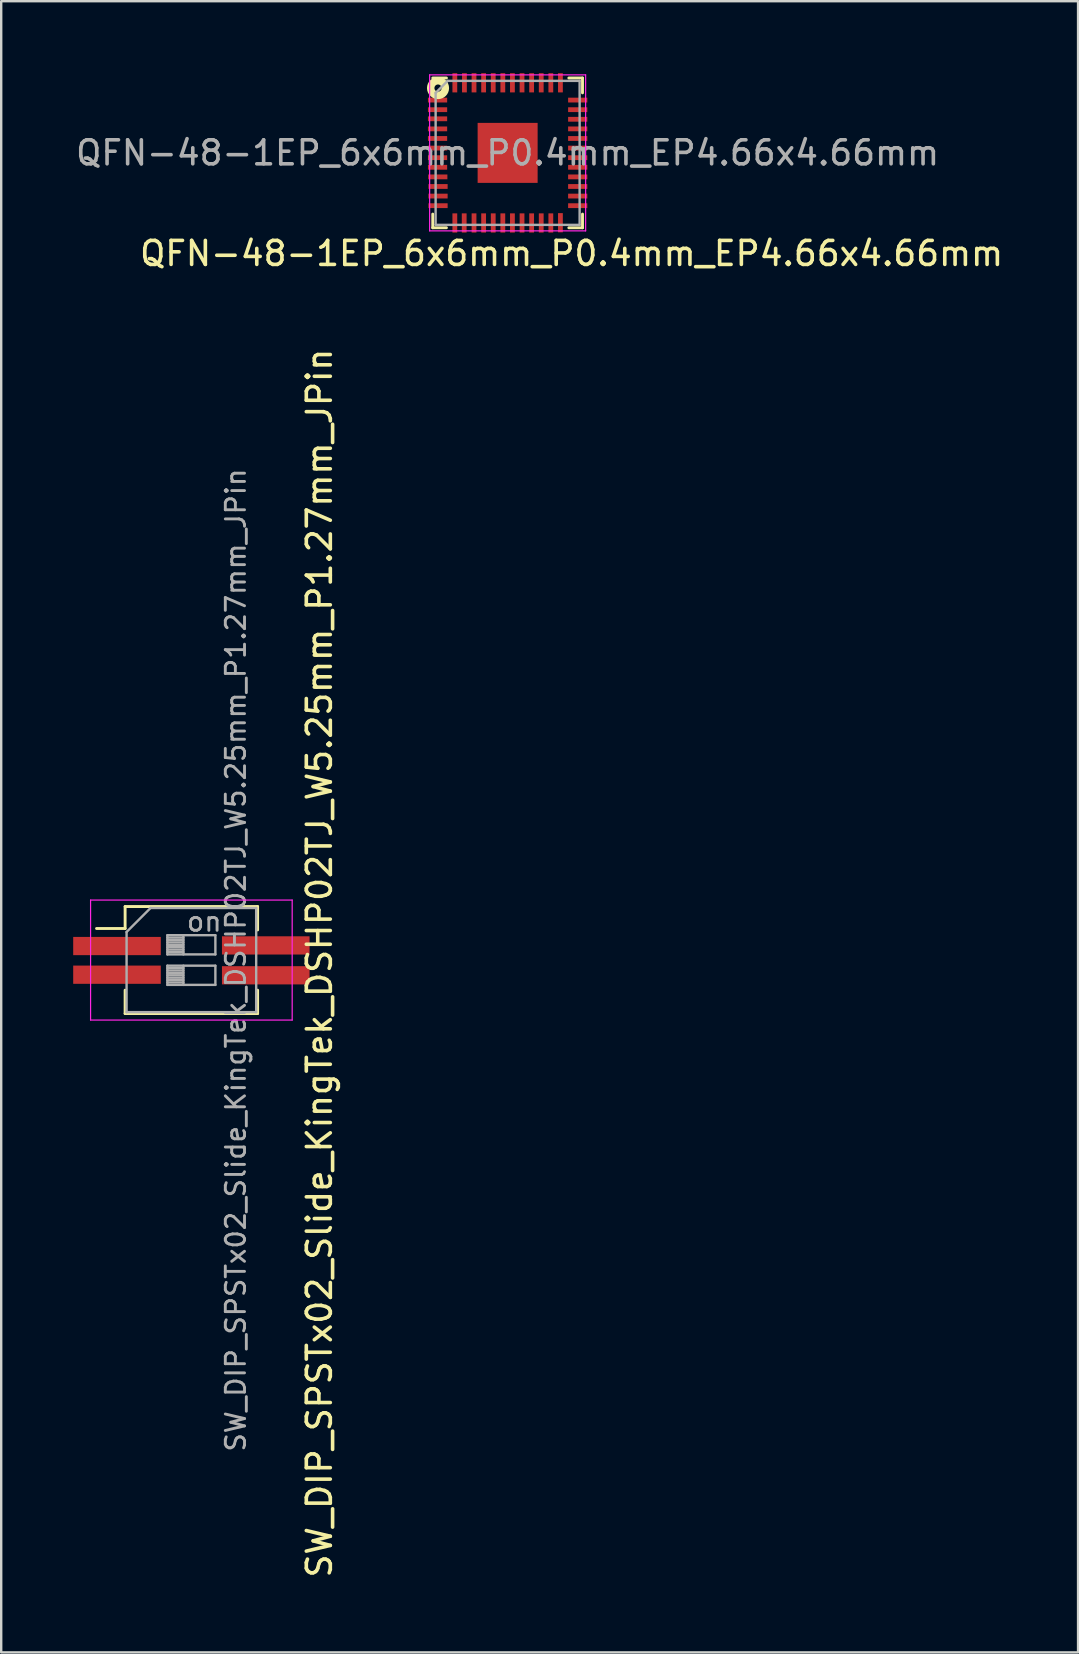
<source format=kicad_pcb>
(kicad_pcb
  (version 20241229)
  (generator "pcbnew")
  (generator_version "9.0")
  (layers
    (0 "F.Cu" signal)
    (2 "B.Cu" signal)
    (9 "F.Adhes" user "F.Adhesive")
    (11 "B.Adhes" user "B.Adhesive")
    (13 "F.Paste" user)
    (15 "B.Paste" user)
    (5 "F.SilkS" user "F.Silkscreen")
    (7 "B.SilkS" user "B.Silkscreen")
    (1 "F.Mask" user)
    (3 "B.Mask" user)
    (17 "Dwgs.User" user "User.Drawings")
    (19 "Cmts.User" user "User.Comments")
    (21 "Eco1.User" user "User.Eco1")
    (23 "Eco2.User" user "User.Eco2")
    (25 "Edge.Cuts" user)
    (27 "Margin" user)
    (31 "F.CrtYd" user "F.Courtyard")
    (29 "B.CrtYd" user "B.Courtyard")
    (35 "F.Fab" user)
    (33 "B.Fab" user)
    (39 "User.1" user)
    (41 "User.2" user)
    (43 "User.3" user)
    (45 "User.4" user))
  (footprint "QFN-48-1EP_6x6mm_P0.4mm_EP4.66x4.66mm"
    (layer "F.Cu")
    (at 18.101 3.32)
    (property "Reference" "QFN-48-1EP_6x6mm_P0.4mm_EP4.66x4.66mm" (at 2.667 4.191 0) (layer "F.SilkS") (effects (font (size 1 1) (thickness 0.15))))
    (attr smd)
    (fp_line (start -3.12 -3.12) (end -2.55 -3.12) (stroke (width 0.12) (type solid)) (layer "F.SilkS"))
    (fp_line (start -3.12 3.12) (end -3.12 2.55) (stroke (width 0.12) (type solid)) (layer "F.SilkS"))
    (fp_line (start -2.55 3.12) (end -3.12 3.12) (stroke (width 0.12) (type solid)) (layer "F.SilkS"))
    (fp_line (start 2.55 -3.12) (end 3.12 -3.12) (stroke (width 0.12) (type solid)) (layer "F.SilkS"))
    (fp_line (start 2.55 3.12) (end 3.12 3.12) (stroke (width 0.12) (type solid)) (layer "F.SilkS"))
    (fp_line (start 3.12 -2.5) (end 3.12 -3.12) (stroke (width 0.12) (type solid)) (layer "F.SilkS"))
    (fp_line (start 3.12 3.12) (end 3.12 2.55) (stroke (width 0.12) (type solid)) (layer "F.SilkS"))
    (fp_circle (center -2.9 -2.7) (end -2.75 -2.7) (stroke (width 0.31) (type solid)) (fill no) (layer "F.SilkS"))
    (fp_line (start -3.25 -3.25) (end -3.25 3.25) (stroke (width 0.05) (type solid)) (layer "F.CrtYd"))
    (fp_line (start -3.25 3.25) (end 3.25 3.25) (stroke (width 0.05) (type solid)) (layer "F.CrtYd"))
    (fp_line (start 3.25 -3.25) (end -3.25 -3.25) (stroke (width 0.05) (type solid)) (layer "F.CrtYd"))
    (fp_line (start 3.25 3.25) (end 3.25 -3.25) (stroke (width 0.05) (type solid)) (layer "F.CrtYd"))
    (fp_line (start -3 3) (end -3 -2.5) (stroke (width 0.1) (type solid)) (layer "F.Fab"))
    (fp_line (start -2.5 -3) (end -3 -2.5) (stroke (width 0.1) (type solid)) (layer "F.Fab"))
    (fp_line (start 3 -3) (end -2.5 -3) (stroke (width 0.1) (type solid)) (layer "F.Fab"))
    (fp_line (start 3 -3) (end 3 3) (stroke (width 0.1) (type solid)) (layer "F.Fab"))
    (fp_line (start 3 3) (end -3 3) (stroke (width 0.1) (type solid)) (layer "F.Fab"))
    (fp_text user "${REFERENCE}" (at 0 0 0) (layer "F.Fab") (effects (font (size 1 1) (thickness 0.15))))
    (pad "" smd rect (at -0.575 -0.575) (size 0.9 0.9) (layers "F.Paste"))
    (pad "" smd rect (at -0.575 0.575) (size 0.9 0.9) (layers "F.Paste"))
    (pad "" smd rect (at 0.575 -0.575) (size 0.9 0.9) (layers "F.Paste"))
    (pad "" smd rect (at 0.575 0.575) (size 0.9 0.9) (layers "F.Paste"))
    (pad "1" smd rect (at -2.92 -2.2) (size 0.8 0.2) (layers "F.Cu" "F.Mask" "F.Paste"))
    (pad "2" smd rect (at -2.92 -1.8) (size 0.8 0.2) (layers "F.Cu" "F.Mask" "F.Paste"))
    (pad "3" smd rect (at -2.92 -1.42) (size 0.8 0.2) (layers "F.Cu" "F.Mask" "F.Paste"))
    (pad "4" smd rect (at -2.92 -1) (size 0.8 0.2) (layers "F.Cu" "F.Mask" "F.Paste"))
    (pad "5" smd rect (at -2.92 -0.6) (size 0.8 0.2) (layers "F.Cu" "F.Mask" "F.Paste"))
    (pad "6" smd rect (at -2.92 -0.2) (size 0.8 0.2) (layers "F.Cu" "F.Mask" "F.Paste"))
    (pad "7" smd rect (at -2.92 0.2) (size 0.8 0.2) (layers "F.Cu" "F.Mask" "F.Paste"))
    (pad "8" smd rect (at -2.92 0.6) (size 0.8 0.2) (layers "F.Cu" "F.Mask" "F.Paste"))
    (pad "9" smd rect (at -2.91 1) (size 0.8 0.2) (layers "F.Cu" "F.Mask" "F.Paste"))
    (pad "10" smd rect (at -2.9 1.4) (size 0.8 0.2) (layers "F.Cu" "F.Mask" "F.Paste"))
    (pad "11" smd rect (at -2.9 1.8) (size 0.8 0.2) (layers "F.Cu" "F.Mask" "F.Paste"))
    (pad "12" smd rect (at -2.9 2.2) (size 0.8 0.2) (layers "F.Cu" "F.Mask" "F.Paste"))
    (pad "13" smd rect (at -2.2 2.92) (size 0.2 0.8) (layers "F.Cu" "F.Mask" "F.Paste"))
    (pad "14" smd rect (at -1.81 2.92) (size 0.2 0.8) (layers "F.Cu" "F.Mask" "F.Paste"))
    (pad "15" smd rect (at -1.4 2.92) (size 0.2 0.8) (layers "F.Cu" "F.Mask" "F.Paste"))
    (pad "16" smd rect (at -1 2.92) (size 0.2 0.8) (layers "F.Cu" "F.Mask" "F.Paste"))
    (pad "17" smd rect (at -0.6 2.92) (size 0.2 0.8) (layers "F.Cu" "F.Mask" "F.Paste"))
    (pad "18" smd rect (at -0.2 2.92) (size 0.2 0.8) (layers "F.Cu" "F.Mask" "F.Paste"))
    (pad "19" smd rect (at 0.2 2.92) (size 0.2 0.8) (layers "F.Cu" "F.Mask" "F.Paste"))
    (pad "20" smd rect (at 0.6 2.92) (size 0.2 0.8) (layers "F.Cu" "F.Mask" "F.Paste"))
    (pad "21" smd rect (at 1 2.92) (size 0.2 0.8) (layers "F.Cu" "F.Mask" "F.Paste"))
    (pad "22" smd rect (at 1.4 2.92) (size 0.2 0.8) (layers "F.Cu" "F.Mask" "F.Paste"))
    (pad "23" smd rect (at 1.8 2.92) (size 0.2 0.8) (layers "F.Cu" "F.Mask" "F.Paste"))
    (pad "24" smd rect (at 2.2 2.91) (size 0.2 0.8) (layers "F.Cu" "F.Mask" "F.Paste"))
    (pad "25" smd rect (at 2.92 2.2) (size 0.8 0.2) (layers "F.Cu" "F.Mask" "F.Paste"))
    (pad "26" smd rect (at 2.92 1.8) (size 0.8 0.2) (layers "F.Cu" "F.Mask" "F.Paste"))
    (pad "27" smd rect (at 2.92 1.4) (size 0.8 0.2) (layers "F.Cu" "F.Mask" "F.Paste"))
    (pad "28" smd rect (at 2.92 1) (size 0.8 0.2) (layers "F.Cu" "F.Mask" "F.Paste"))
    (pad "29" smd rect (at 2.92 0.6) (size 0.8 0.2) (layers "F.Cu" "F.Mask" "F.Paste"))
    (pad "30" smd rect (at 2.92 0.2) (size 0.8 0.2) (layers "F.Cu" "F.Mask" "F.Paste"))
    (pad "31" smd rect (at 2.92 -0.2) (size 0.8 0.2) (layers "F.Cu" "F.Mask" "F.Paste"))
    (pad "32" smd rect (at 2.92 -0.6) (size 0.8 0.2) (layers "F.Cu" "F.Mask" "F.Paste"))
    (pad "33" smd rect (at 2.92 -1) (size 0.8 0.2) (layers "F.Cu" "F.Mask" "F.Paste"))
    (pad "34" smd rect (at 2.92 -1.4) (size 0.8 0.2) (layers "F.Cu" "F.Mask" "F.Paste"))
    (pad "35" smd rect (at 2.92 -1.8) (size 0.8 0.2) (layers "F.Cu" "F.Mask" "F.Paste"))
    (pad "36" smd rect (at 2.92 -2.2) (size 0.8 0.2) (layers "F.Cu" "F.Mask" "F.Paste"))
    (pad "37" smd rect (at 2.2 -2.92) (size 0.2 0.8) (layers "F.Cu" "F.Mask" "F.Paste"))
    (pad "38" smd rect (at 1.8 -2.92) (size 0.2 0.8) (layers "F.Cu" "F.Mask" "F.Paste"))
    (pad "39" smd rect (at 1.4 -2.92) (size 0.2 0.8) (layers "F.Cu" "F.Mask" "F.Paste"))
    (pad "40" smd rect (at 1 -2.92) (size 0.2 0.8) (layers "F.Cu" "F.Mask" "F.Paste"))
    (pad "41" smd rect (at 0.6 -2.92) (size 0.2 0.8) (layers "F.Cu" "F.Mask" "F.Paste"))
    (pad "42" smd rect (at 0.2 -2.92) (size 0.2 0.8) (layers "F.Cu" "F.Mask" "F.Paste"))
    (pad "43" smd rect (at -0.2 -2.92) (size 0.2 0.8) (layers "F.Cu" "F.Mask" "F.Paste"))
    (pad "44" smd rect (at -0.6 -2.92) (size 0.2 0.8) (layers "F.Cu" "F.Mask" "F.Paste"))
    (pad "45" smd rect (at -1 -2.92) (size 0.2 0.8) (layers "F.Cu" "F.Mask" "F.Paste"))
    (pad "46" smd rect (at -1.4 -2.92) (size 0.2 0.8) (layers "F.Cu" "F.Mask" "F.Paste"))
    (pad "47" smd rect (at -1.8 -2.92) (size 0.2 0.8) (layers "F.Cu" "F.Mask" "F.Paste"))
    (pad "48" smd rect (at -2.2 -2.92) (size 0.2 0.8) (layers "F.Cu" "F.Mask" "F.Paste"))
    (pad "49" smd rect (at 0 0) (size 2.5 2.5) (layers "F.Cu" "F.Mask")))
  (footprint "SW_DIP_SPSTx02_Slide_KingTek_DSHP02TJ_W5.25mm_P1.27mm_JPin"
    (layer "F.Cu")
    (at 4.924 36.952)
    (property "Reference" "SW_DIP_SPSTx02_Slide_KingTek_DSHP02TJ_W5.25mm_P1.27mm_JPin" (at 5.334 0.127 90) (layer "F.SilkS") (effects (font (size 1 1) (thickness 0.15))))
    (attr smd)
    (fp_line (start -3.951 -1.315) (end -2.761 -1.315) (stroke (width 0.12) (type solid)) (layer "F.SilkS"))
    (fp_line (start -2.761 -2.23) (end -2.761 -1.315) (stroke (width 0.12) (type solid)) (layer "F.SilkS"))
    (fp_line (start -2.761 -2.23) (end 2.76 -2.23) (stroke (width 0.12) (type solid)) (layer "F.SilkS"))
    (fp_line (start -2.761 1.255) (end -2.761 2.23) (stroke (width 0.12) (type solid)) (layer "F.SilkS"))
    (fp_line (start -2.761 2.23) (end 2.76 2.23) (stroke (width 0.12) (type solid)) (layer "F.SilkS"))
    (fp_line (start 2.76 -2.23) (end 2.76 -1.255) (stroke (width 0.12) (type solid)) (layer "F.SilkS"))
    (fp_line (start 2.76 1.255) (end 2.76 2.23) (stroke (width 0.12) (type solid)) (layer "F.SilkS"))
    (fp_line (start -4.2 -2.5) (end -4.2 2.5) (stroke (width 0.05) (type solid)) (layer "F.CrtYd"))
    (fp_line (start -4.2 2.5) (end 4.2 2.5) (stroke (width 0.05) (type solid)) (layer "F.CrtYd"))
    (fp_line (start 4.2 -2.5) (end -4.2 -2.5) (stroke (width 0.05) (type solid)) (layer "F.CrtYd"))
    (fp_line (start 4.2 2.5) (end 4.2 -2.5) (stroke (width 0.05) (type solid)) (layer "F.CrtYd"))
    (fp_line (start -2.7 -1.17) (end -1.7 -2.17) (stroke (width 0.1) (type solid)) (layer "F.Fab"))
    (fp_line (start -2.7 2.17) (end -2.7 -1.17) (stroke (width 0.1) (type solid)) (layer "F.Fab"))
    (fp_line (start -1.7 -2.17) (end 2.7 -2.17) (stroke (width 0.1) (type solid)) (layer "F.Fab"))
    (fp_line (start -1 -1.035) (end -1 -0.235) (stroke (width 0.1) (type solid)) (layer "F.Fab"))
    (fp_line (start -1 -0.935) (end -0.333 -0.935) (stroke (width 0.1) (type solid)) (layer "F.Fab"))
    (fp_line (start -1 -0.835) (end -0.333 -0.835) (stroke (width 0.1) (type solid)) (layer "F.Fab"))
    (fp_line (start -1 -0.735) (end -0.333 -0.735) (stroke (width 0.1) (type solid)) (layer "F.Fab"))
    (fp_line (start -1 -0.635) (end -0.333 -0.635) (stroke (width 0.1) (type solid)) (layer "F.Fab"))
    (fp_line (start -1 -0.535) (end -0.333 -0.535) (stroke (width 0.1) (type solid)) (layer "F.Fab"))
    (fp_line (start -1 -0.435) (end -0.333 -0.435) (stroke (width 0.1) (type solid)) (layer "F.Fab"))
    (fp_line (start -1 -0.335) (end -0.333 -0.335) (stroke (width 0.1) (type solid)) (layer "F.Fab"))
    (fp_line (start -1 -0.235) (end 1 -0.235) (stroke (width 0.1) (type solid)) (layer "F.Fab"))
    (fp_line (start -1 0.235) (end -1 1.035) (stroke (width 0.1) (type solid)) (layer "F.Fab"))
    (fp_line (start -1 0.335) (end -0.333 0.335) (stroke (width 0.1) (type solid)) (layer "F.Fab"))
    (fp_line (start -1 0.435) (end -0.333 0.435) (stroke (width 0.1) (type solid)) (layer "F.Fab"))
    (fp_line (start -1 0.535) (end -0.333 0.535) (stroke (width 0.1) (type solid)) (layer "F.Fab"))
    (fp_line (start -1 0.635) (end -0.333 0.635) (stroke (width 0.1) (type solid)) (layer "F.Fab"))
    (fp_line (start -1 0.735) (end -0.333 0.735) (stroke (width 0.1) (type solid)) (layer "F.Fab"))
    (fp_line (start -1 0.835) (end -0.333 0.835) (stroke (width 0.1) (type solid)) (layer "F.Fab"))
    (fp_line (start -1 0.935) (end -0.333 0.935) (stroke (width 0.1) (type solid)) (layer "F.Fab"))
    (fp_line (start -1 1.035) (end 1 1.035) (stroke (width 0.1) (type solid)) (layer "F.Fab"))
    (fp_line (start -0.333 -1.035) (end -0.333 -0.235) (stroke (width 0.1) (type solid)) (layer "F.Fab"))
    (fp_line (start -0.333 0.235) (end -0.333 1.035) (stroke (width 0.1) (type solid)) (layer "F.Fab"))
    (fp_line (start 1 -1.035) (end -1 -1.035) (stroke (width 0.1) (type solid)) (layer "F.Fab"))
    (fp_line (start 1 -0.235) (end 1 -1.035) (stroke (width 0.1) (type solid)) (layer "F.Fab"))
    (fp_line (start 1 0.235) (end -1 0.235) (stroke (width 0.1) (type solid)) (layer "F.Fab"))
    (fp_line (start 1 1.035) (end 1 0.235) (stroke (width 0.1) (type solid)) (layer "F.Fab"))
    (fp_line (start 2.7 -2.17) (end 2.7 2.17) (stroke (width 0.1) (type solid)) (layer "F.Fab"))
    (fp_line (start 2.7 2.17) (end -2.7 2.17) (stroke (width 0.1) (type solid)) (layer "F.Fab"))
    (fp_text user "on" (at 0.537 -1.603 0) (layer "F.Fab") (effects (font (size 0.8 0.8) (thickness 0.12))))
    (fp_text user "${REFERENCE}" (at 1.85 0 90) (layer "F.Fab") (effects (font (size 0.8 0.8) (thickness 0.12))))
    (pad "1" smd rect (at -3.099 -0.584) (size 3.65 0.76) (layers "F.Cu" "F.Mask" "F.Paste"))
    (pad "2" smd rect (at -3.099 0.61) (size 3.65 0.76) (layers "F.Cu" "F.Mask" "F.Paste"))
    (pad "3" smd rect (at 3.099 0.635) (size 3.65 0.76) (layers "F.Cu" "F.Mask" "F.Paste"))
    (pad "4" smd rect (at 3.099 -0.61) (size 3.65 0.76) (layers "F.Cu" "F.Mask" "F.Paste")))
  (gr_rect
    (start -3 -3)
    (end 41.869 65.8)
    (stroke (width 0.1) (type default))
    (fill no)
    (layer "Edge.Cuts")))
</source>
